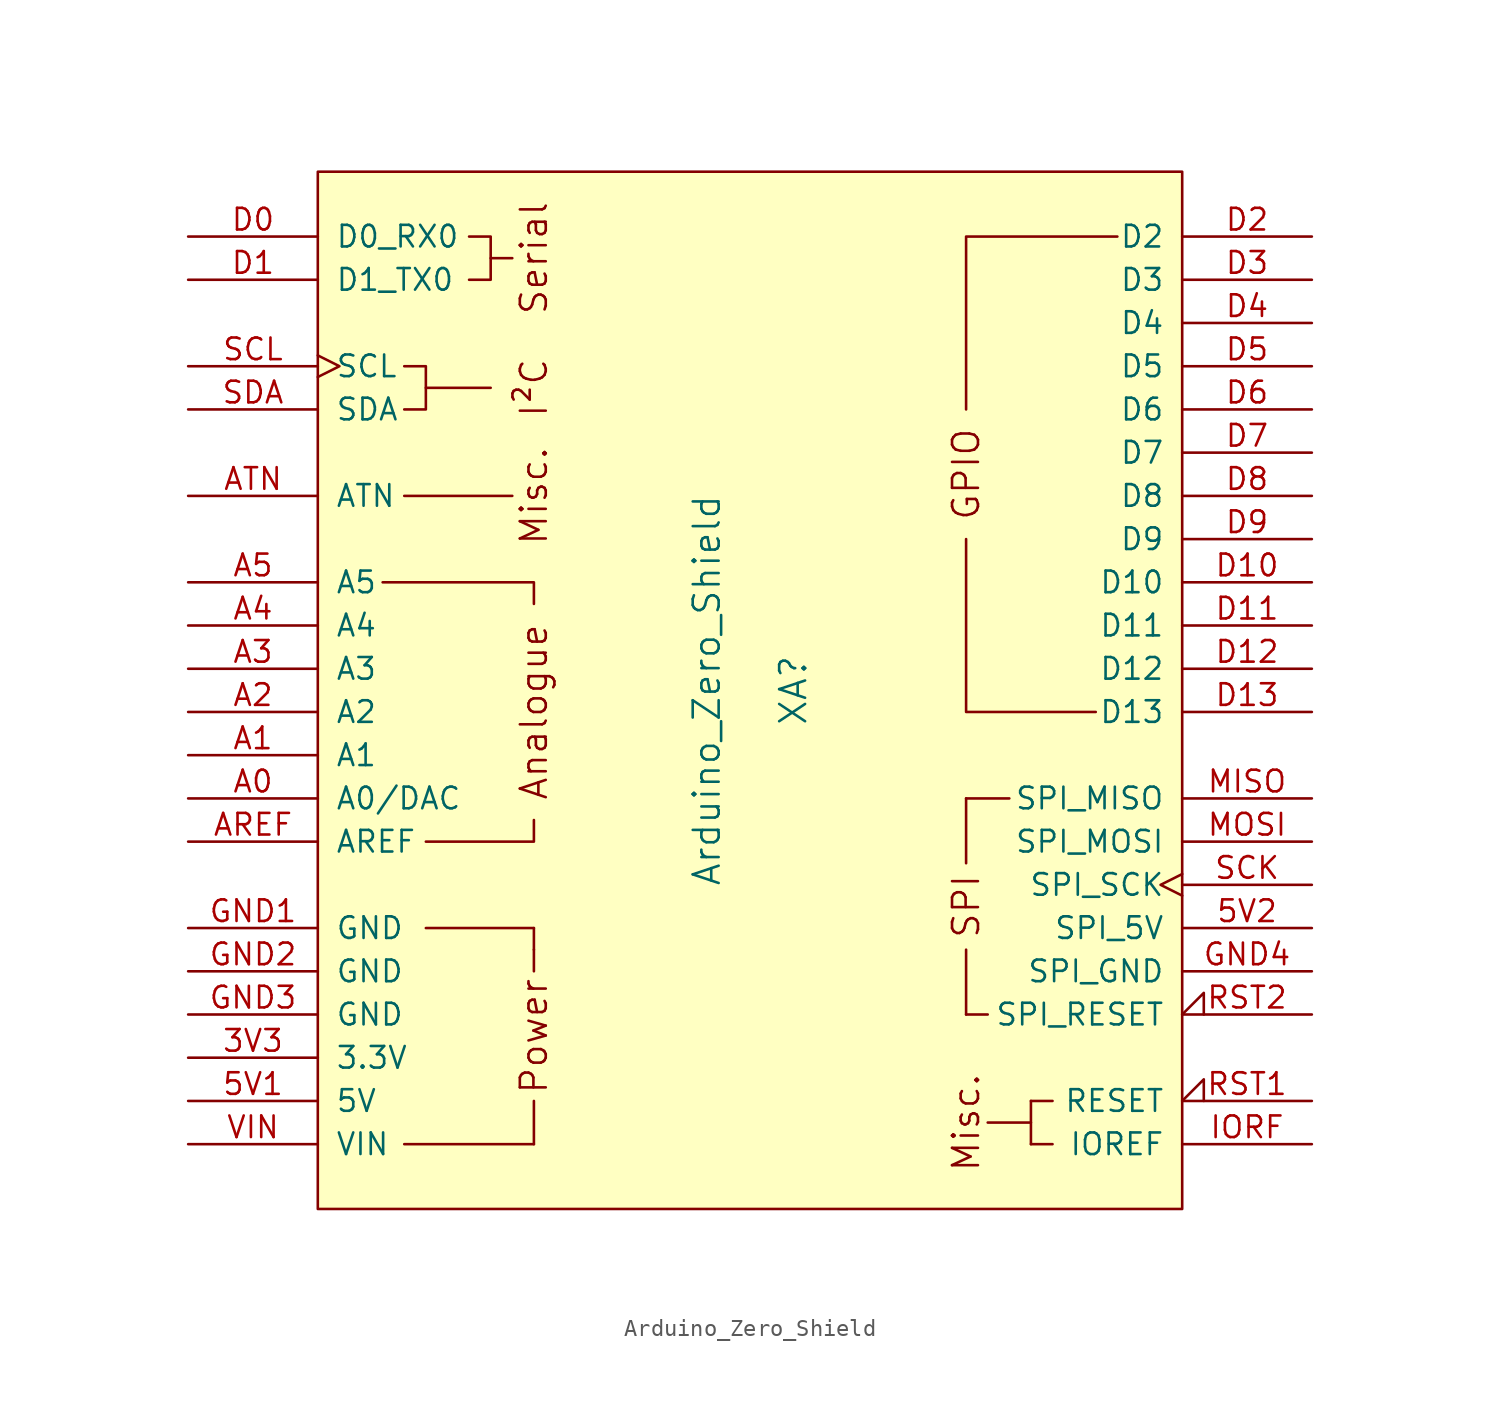
<source format=kicad_sym>
(kicad_symbol_lib
  (version 20220914)
  (generator kicad_symbol_editor)
  (symbol "Arduino_Zero_Shield"
    (pin_names
      (offset 1.016))
    (property "Reference" "XA"
      (at 2.54 0 90)
      (effects (font (size 1.524 1.524))))
    (property "Value" "Arduino_Zero_Shield"
      (at -2.54 0 90)
      (effects (font (size 1.524 1.524))))
    (symbol "Arduino_Zero_Shield_0_0"
      (rectangle (start -25.4 30.48) (end 25.4 -30.48) (stroke (width 0) (type solid)) (fill (type background)))
      (rectangle (start -20.32 -26.67) (end -12.7 -26.67) (stroke (width 0) (type solid)) (fill (type none)))
      (rectangle (start -19.05 -13.97) (end -12.7 -13.97) (stroke (width 0) (type solid)) (fill (type none)))
      (polyline (pts (xy -19.05 17.78) (xy -15.24 17.78)) (stroke (width 0) (type solid)) (fill (type none)))
      (polyline (pts (xy -15.24 25.4) (xy -13.97 25.4)) (stroke (width 0) (type solid)) (fill (type none)))
      (polyline (pts (xy -13.97 11.43) (xy -20.32 11.43)) (stroke (width 0) (type solid)) (fill (type none)))
      (polyline (pts (xy -12.7 -26.67) (xy -12.7 -24.13)) (stroke (width 0) (type solid)) (fill (type none)))
      (polyline (pts (xy -12.7 -15.24) (xy -12.7 -16.51)) (stroke (width 0) (type solid)) (fill (type none)))
      (polyline (pts (xy -12.7 -13.97) (xy -12.7 -15.24)) (stroke (width 0) (type solid)) (fill (type none)))
      (polyline (pts (xy -12.7 -7.62) (xy -12.7 -8.89) (xy -19.05 -8.89)) (stroke (width 0) (type solid)) (fill (type none)))
      (polyline (pts (xy -12.7 5.08) (xy -12.7 6.35) (xy -21.59 6.35)) (stroke (width 0) (type solid)) (fill (type none)))
      (polyline (pts (xy 12.7 8.89) (xy 12.7 -1.27) (xy 20.32 -1.27)) (stroke (width 0) (type solid)) (fill (type none)))
      (polyline (pts (xy 12.7 16.51) (xy 12.7 26.67) (xy 21.59 26.67)) (stroke (width 0) (type solid)) (fill (type none)))
      (polyline (pts (xy -20.32 19.05) (xy -19.05 19.05) (xy -19.05 16.51) (xy -20.32 16.51)) (stroke (width 0) (type solid)) (fill (type none)))
      (polyline (pts (xy -16.51 26.67) (xy -15.24 26.67) (xy -15.24 24.13) (xy -16.51 24.13)) (stroke (width 0) (type solid)) (fill (type none)))
      (rectangle (start 12.7 -19.05) (end 12.7 -15.24) (stroke (width 0) (type solid)) (fill (type none)))
      (rectangle (start 12.7 -10.16) (end 12.7 -6.35) (stroke (width 0) (type solid)) (fill (type none)))
      (rectangle (start 13.97 -19.05) (end 12.7 -19.05) (stroke (width 0) (type solid)) (fill (type none)))
      (rectangle (start 15.24 -6.35) (end 12.7 -6.35) (stroke (width 0) (type solid)) (fill (type none)))
      (rectangle (start 16.51 -25.4) (end 13.97 -25.4) (stroke (width 0) (type solid)) (fill (type none)))
      (rectangle (start 16.51 -24.13) (end 16.51 -26.67) (stroke (width 0) (type solid)) (fill (type none)))
      (rectangle (start 17.78 -26.67) (end 16.51 -26.67) (stroke (width 0) (type solid)) (fill (type none)))
      (rectangle (start 17.78 -24.13) (end 16.51 -24.13) (stroke (width 0) (type solid)) (fill (type none)))
      (text "Analogue" (at -12.7 -1.27 900) (effects (font (size 1.524 1.524))))
      (text "I²C" (at -12.7 17.78 900) (effects (font (size 1.524 1.524))))
      (text "Misc." (at -12.7 11.43 900) (effects (font (size 1.524 1.524))))
      (text "Misc." (at 12.7 -25.4 900) (effects (font (size 1.524 1.524))))
      (text "Power" (at -12.7 -20.32 900) (effects (font (size 1.524 1.524))))
      (text "Serial" (at -12.7 25.4 900) (effects (font (size 1.524 1.524))))
      (text "SPI" (at 12.7 -12.7 900) (effects (font (size 1.524 1.524)))))
    (symbol "Arduino_Zero_Shield_1_0"
      (text "GPIO" (at 12.7 12.7 900) (effects (font (size 1.524 1.524)))))
    (symbol "Arduino_Zero_Shield_1_1"
      (pin power_in line (at -33.02 -21.59 0) (length 7.62) (name "3.3V" (effects (font (size 1.27 1.27)))) (number "3V3" (effects (font (size 1.27 1.27)))))
      (pin power_in line (at -33.02 -24.13 0) (length 7.62) (name "5V" (effects (font (size 1.27 1.27)))) (number "5V1" (effects (font (size 1.27 1.27)))))
      (pin power_in line (at 33.02 -13.97 180) (length 7.62) (name "SPI_5V" (effects (font (size 1.27 1.27)))) (number "5V2" (effects (font (size 1.27 1.27)))))
      (pin bidirectional line (at -33.02 -6.35 0) (length 7.62) (name "A0/DAC" (effects (font (size 1.27 1.27)))) (number "A0" (effects (font (size 1.27 1.27)))))
      (pin bidirectional line (at -33.02 -3.81 0) (length 7.62) (name "A1" (effects (font (size 1.27 1.27)))) (number "A1" (effects (font (size 1.27 1.27)))))
      (pin bidirectional line (at -33.02 -1.27 0) (length 7.62) (name "A2" (effects (font (size 1.27 1.27)))) (number "A2" (effects (font (size 1.27 1.27)))))
      (pin bidirectional line (at -33.02 1.27 0) (length 7.62) (name "A3" (effects (font (size 1.27 1.27)))) (number "A3" (effects (font (size 1.27 1.27)))))
      (pin bidirectional line (at -33.02 3.81 0) (length 7.62) (name "A4" (effects (font (size 1.27 1.27)))) (number "A4" (effects (font (size 1.27 1.27)))))
      (pin bidirectional line (at -33.02 6.35 0) (length 7.62) (name "A5" (effects (font (size 1.27 1.27)))) (number "A5" (effects (font (size 1.27 1.27)))))
      (pin input line (at -33.02 -8.89 0) (length 7.62) (name "AREF" (effects (font (size 1.27 1.27)))) (number "AREF" (effects (font (size 1.27 1.27)))))
      (pin bidirectional line (at -33.02 11.43 0) (length 7.62) (name "ATN" (effects (font (size 1.27 1.27)))) (number "ATN" (effects (font (size 1.27 1.27)))))
      (pin bidirectional line (at -33.02 26.67 0) (length 7.62) (name "D0_RX0" (effects (font (size 1.27 1.27)))) (number "D0" (effects (font (size 1.27 1.27)))))
      (pin bidirectional line (at -33.02 24.13 0) (length 7.62) (name "D1_TX0" (effects (font (size 1.27 1.27)))) (number "D1" (effects (font (size 1.27 1.27)))))
      (pin bidirectional line (at 33.02 6.35 180) (length 7.62) (name "D10" (effects (font (size 1.27 1.27)))) (number "D10" (effects (font (size 1.27 1.27)))))
      (pin bidirectional line (at 33.02 3.81 180) (length 7.62) (name "D11" (effects (font (size 1.27 1.27)))) (number "D11" (effects (font (size 1.27 1.27)))))
      (pin bidirectional line (at 33.02 1.27 180) (length 7.62) (name "D12" (effects (font (size 1.27 1.27)))) (number "D12" (effects (font (size 1.27 1.27)))))
      (pin bidirectional line (at 33.02 -1.27 180) (length 7.62) (name "D13" (effects (font (size 1.27 1.27)))) (number "D13" (effects (font (size 1.27 1.27)))))
      (pin bidirectional line (at 33.02 26.67 180) (length 7.62) (name "D2" (effects (font (size 1.27 1.27)))) (number "D2" (effects (font (size 1.27 1.27)))))
      (pin bidirectional line (at 33.02 24.13 180) (length 7.62) (name "D3" (effects (font (size 1.27 1.27)))) (number "D3" (effects (font (size 1.27 1.27)))))
      (pin bidirectional line (at 33.02 21.59 180) (length 7.62) (name "D4" (effects (font (size 1.27 1.27)))) (number "D4" (effects (font (size 1.27 1.27)))))
      (pin bidirectional line (at 33.02 19.05 180) (length 7.62) (name "D5" (effects (font (size 1.27 1.27)))) (number "D5" (effects (font (size 1.27 1.27)))))
      (pin bidirectional line (at 33.02 16.51 180) (length 7.62) (name "D6" (effects (font (size 1.27 1.27)))) (number "D6" (effects (font (size 1.27 1.27)))))
      (pin bidirectional line (at 33.02 13.97 180) (length 7.62) (name "D7" (effects (font (size 1.27 1.27)))) (number "D7" (effects (font (size 1.27 1.27)))))
      (pin bidirectional line (at 33.02 11.43 180) (length 7.62) (name "D8" (effects (font (size 1.27 1.27)))) (number "D8" (effects (font (size 1.27 1.27)))))
      (pin bidirectional line (at 33.02 8.89 180) (length 7.62) (name "D9" (effects (font (size 1.27 1.27)))) (number "D9" (effects (font (size 1.27 1.27)))))
      (pin power_in line (at -33.02 -13.97 0) (length 7.62) (name "GND" (effects (font (size 1.27 1.27)))) (number "GND1" (effects (font (size 1.27 1.27)))))
      (pin power_in line (at -33.02 -16.51 0) (length 7.62) (name "GND" (effects (font (size 1.27 1.27)))) (number "GND2" (effects (font (size 1.27 1.27)))))
      (pin power_in line (at -33.02 -19.05 0) (length 7.62) (name "GND" (effects (font (size 1.27 1.27)))) (number "GND3" (effects (font (size 1.27 1.27)))))
      (pin power_in line (at 33.02 -16.51 180) (length 7.62) (name "SPI_GND" (effects (font (size 1.27 1.27)))) (number "GND4" (effects (font (size 1.27 1.27)))))
      (pin output line (at 33.02 -26.67 180) (length 7.62) (name "IOREF" (effects (font (size 1.27 1.27)))) (number "IORF" (effects (font (size 1.27 1.27)))))
      (pin input line (at 33.02 -6.35 180) (length 7.62) (name "SPI_MISO" (effects (font (size 1.27 1.27)))) (number "MISO" (effects (font (size 1.27 1.27)))))
      (pin output line (at 33.02 -8.89 180) (length 7.62) (name "SPI_MOSI" (effects (font (size 1.27 1.27)))) (number "MOSI" (effects (font (size 1.27 1.27)))))
      (pin open_collector input_low (at 33.02 -24.13 180) (length 7.62) (name "RESET" (effects (font (size 1.27 1.27)))) (number "RST1" (effects (font (size 1.27 1.27)))))
      (pin open_collector input_low (at 33.02 -19.05 180) (length 7.62) (name "SPI_RESET" (effects (font (size 1.27 1.27)))) (number "RST2" (effects (font (size 1.27 1.27)))))
      (pin output clock (at 33.02 -11.43 180) (length 7.62) (name "SPI_SCK" (effects (font (size 1.27 1.27)))) (number "SCK" (effects (font (size 1.27 1.27)))))
      (pin bidirectional clock (at -33.02 19.05 0) (length 7.62) (name "SCL" (effects (font (size 1.27 1.27)))) (number "SCL" (effects (font (size 1.27 1.27)))))
      (pin bidirectional line (at -33.02 16.51 0) (length 7.62) (name "SDA" (effects (font (size 1.27 1.27)))) (number "SDA" (effects (font (size 1.27 1.27)))))
      (pin power_in line (at -33.02 -26.67 0) (length 7.62) (name "VIN" (effects (font (size 1.27 1.27)))) (number "VIN" (effects (font (size 1.27 1.27))))))))
</source>
